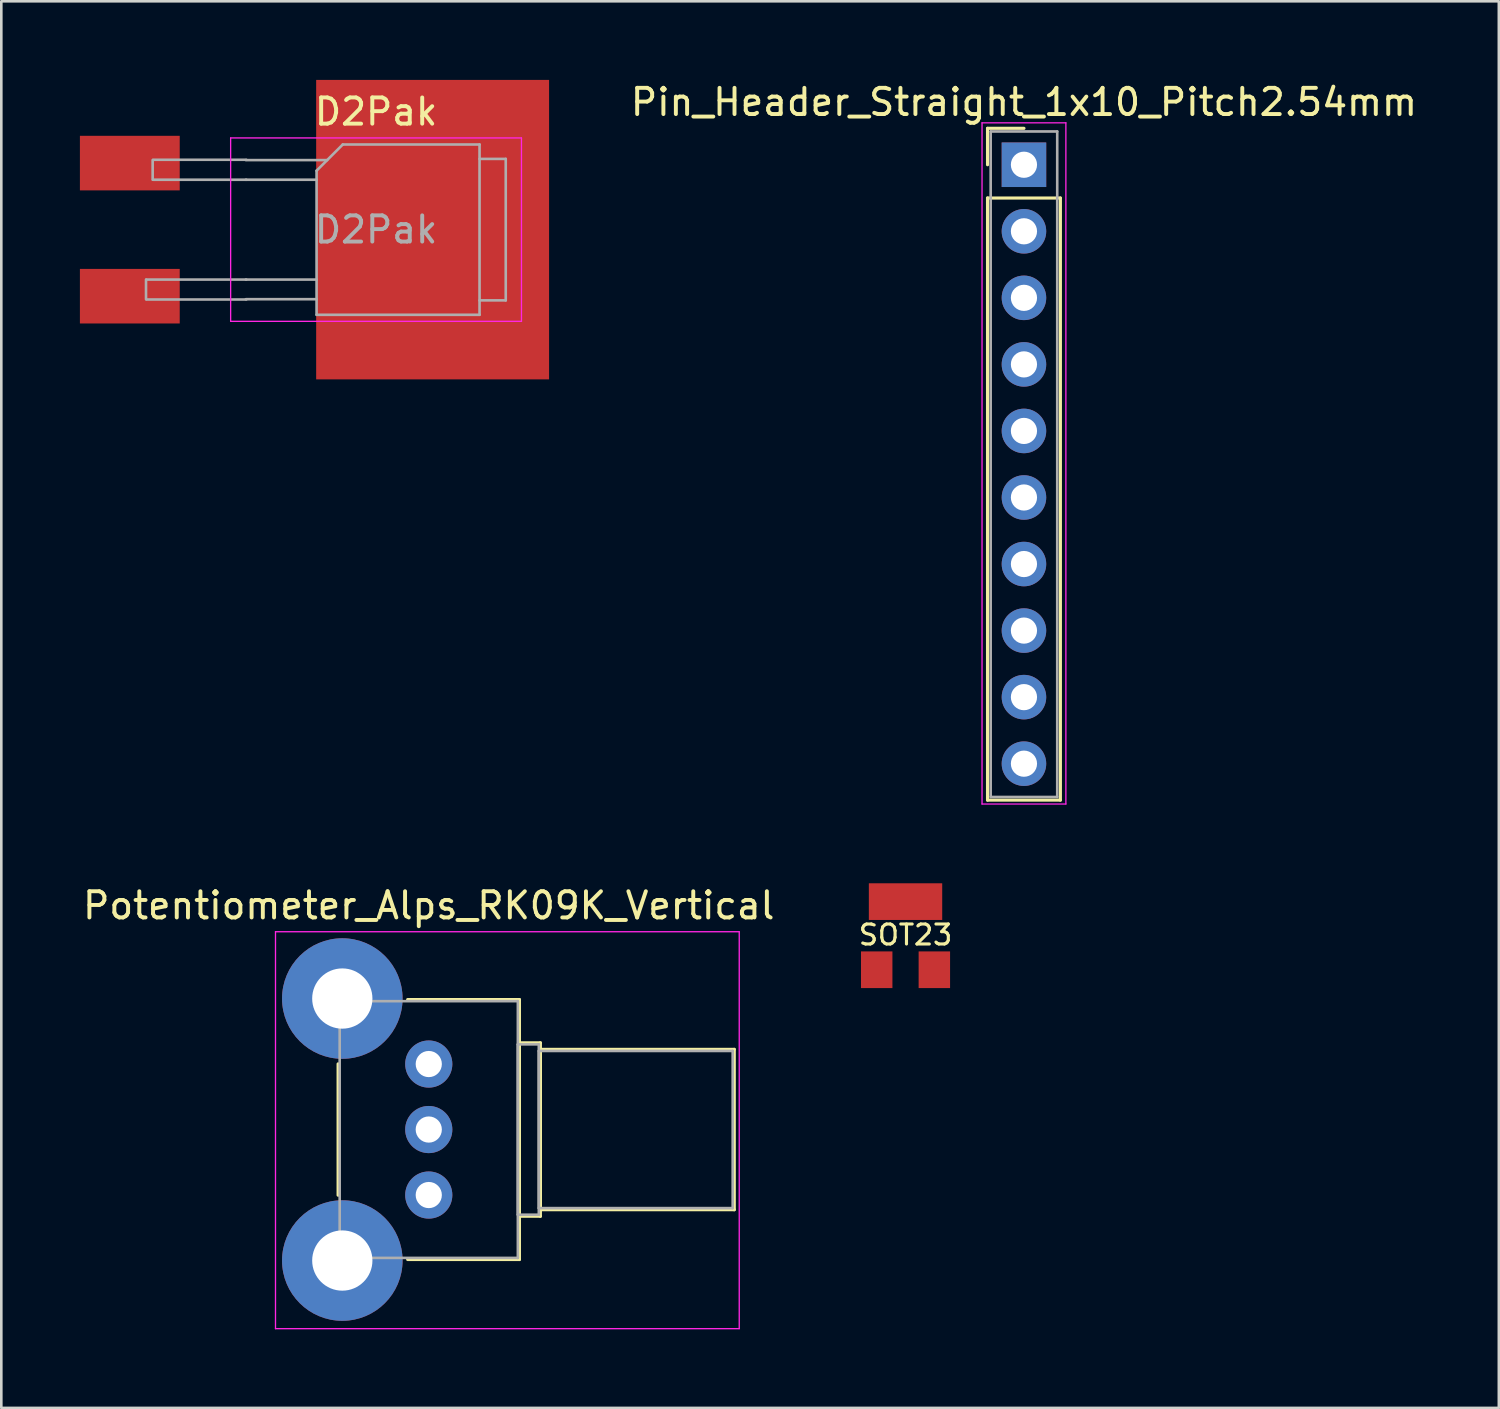
<source format=kicad_pcb>
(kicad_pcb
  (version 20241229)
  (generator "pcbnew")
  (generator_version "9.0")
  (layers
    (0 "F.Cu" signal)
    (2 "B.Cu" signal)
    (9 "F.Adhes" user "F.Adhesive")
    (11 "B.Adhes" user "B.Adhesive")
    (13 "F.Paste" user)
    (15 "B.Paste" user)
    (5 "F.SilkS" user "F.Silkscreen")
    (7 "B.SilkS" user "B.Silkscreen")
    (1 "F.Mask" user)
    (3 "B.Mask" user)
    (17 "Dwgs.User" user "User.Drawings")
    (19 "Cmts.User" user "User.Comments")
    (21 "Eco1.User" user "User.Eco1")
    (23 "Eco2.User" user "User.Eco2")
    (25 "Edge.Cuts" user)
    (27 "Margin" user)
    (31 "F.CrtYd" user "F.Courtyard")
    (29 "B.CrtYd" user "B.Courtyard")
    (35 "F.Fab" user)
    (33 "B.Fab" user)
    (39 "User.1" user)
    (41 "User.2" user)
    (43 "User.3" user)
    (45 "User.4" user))
  (footprint "Potentiometer_Alps_RK09K_Vertical"
    (layer "F.Cu")
    (at 13.315 42.562)
    (property "Reference" "Potentiometer_Alps_RK09K_Vertical" (at 0 -11.05 0) (layer "F.SilkS") (effects (font (size 1 1) (thickness 0.15))))
    (attr through_hole)
    (fp_line (start -3.46 -5.005) (end -3.46 0.005) (stroke (width 0.12) (type solid)) (layer "F.SilkS"))
    (fp_line (start -0.805 -7.461) (end 3.46 -7.461) (stroke (width 0.12) (type solid)) (layer "F.SilkS"))
    (fp_line (start -0.805 2.46) (end 3.46 2.46) (stroke (width 0.12) (type solid)) (layer "F.SilkS"))
    (fp_line (start 3.46 -7.461) (end 3.46 2.46) (stroke (width 0.12) (type solid)) (layer "F.SilkS"))
    (fp_line (start 3.46 -5.81) (end 3.46 0.81) (stroke (width 0.12) (type solid)) (layer "F.SilkS"))
    (fp_line (start 3.46 -5.81) (end 4.26 -5.81) (stroke (width 0.12) (type solid)) (layer "F.SilkS"))
    (fp_line (start 3.46 0.81) (end 4.26 0.81) (stroke (width 0.12) (type solid)) (layer "F.SilkS"))
    (fp_line (start 4.26 -5.81) (end 4.26 0.81) (stroke (width 0.12) (type solid)) (layer "F.SilkS"))
    (fp_line (start 4.26 -5.56) (end 4.26 0.56) (stroke (width 0.12) (type solid)) (layer "F.SilkS"))
    (fp_line (start 4.26 -5.56) (end 11.66 -5.56) (stroke (width 0.12) (type solid)) (layer "F.SilkS"))
    (fp_line (start 4.26 0.56) (end 11.66 0.56) (stroke (width 0.12) (type solid)) (layer "F.SilkS"))
    (fp_line (start 11.66 -5.56) (end 11.66 0.56) (stroke (width 0.12) (type solid)) (layer "F.SilkS"))
    (fp_line (start -5.85 -10.05) (end -5.85 5.1) (stroke (width 0.05) (type solid)) (layer "F.CrtYd"))
    (fp_line (start -5.85 5.1) (end 11.85 5.1) (stroke (width 0.05) (type solid)) (layer "F.CrtYd"))
    (fp_line (start 11.85 -10.05) (end -5.85 -10.05) (stroke (width 0.05) (type solid)) (layer "F.CrtYd"))
    (fp_line (start 11.85 5.1) (end 11.85 -10.05) (stroke (width 0.05) (type solid)) (layer "F.CrtYd"))
    (fp_line (start -3.4 -7.4) (end -3.4 2.4) (stroke (width 0.1) (type solid)) (layer "F.Fab"))
    (fp_line (start -3.4 2.4) (end 3.4 2.4) (stroke (width 0.1) (type solid)) (layer "F.Fab"))
    (fp_line (start 3.4 -7.4) (end -3.4 -7.4) (stroke (width 0.1) (type solid)) (layer "F.Fab"))
    (fp_line (start 3.4 -5.75) (end 3.4 0.75) (stroke (width 0.1) (type solid)) (layer "F.Fab"))
    (fp_line (start 3.4 0.75) (end 4.2 0.75) (stroke (width 0.1) (type solid)) (layer "F.Fab"))
    (fp_line (start 3.4 2.4) (end 3.4 -7.4) (stroke (width 0.1) (type solid)) (layer "F.Fab"))
    (fp_line (start 4.2 -5.75) (end 3.4 -5.75) (stroke (width 0.1) (type solid)) (layer "F.Fab"))
    (fp_line (start 4.2 -5.5) (end 4.2 0.5) (stroke (width 0.1) (type solid)) (layer "F.Fab"))
    (fp_line (start 4.2 0.5) (end 11.6 0.5) (stroke (width 0.1) (type solid)) (layer "F.Fab"))
    (fp_line (start 4.2 0.75) (end 4.2 -5.75) (stroke (width 0.1) (type solid)) (layer "F.Fab"))
    (fp_line (start 11.6 -5.5) (end 4.2 -5.5) (stroke (width 0.1) (type solid)) (layer "F.Fab"))
    (fp_line (start 11.6 0.5) (end 11.6 -5.5) (stroke (width 0.1) (type solid)) (layer "F.Fab"))
    (pad "0" thru_hole circle (at -3.3 -7.5) (size 4.6 4.6) (drill 2.3) (layers "*.Cu" "*.Mask"))
    (pad "0" thru_hole circle (at -3.3 2.5) (size 4.6 4.6) (drill 2.3) (layers "*.Cu" "*.Mask"))
    (pad "1" thru_hole circle (at 0 0) (size 1.8 1.8) (drill 1) (layers "*.Cu" "*.Mask"))
    (pad "2" thru_hole circle (at 0 -2.5) (size 1.8 1.8) (drill 1) (layers "*.Cu" "*.Mask"))
    (pad "3" thru_hole circle (at 0 -5) (size 1.8 1.8) (drill 1) (layers "*.Cu" "*.Mask")))
  (footprint "SOT23"
    (layer "F.Cu")
    (at 31.512 31.363)
    (property "Reference" "SOT23" (at 0 1.27 0) (layer "F.SilkS") (effects (font (size 0.762 0.762) (thickness 0.119))))
    (attr through_hole)
    (pad "1" smd rect (at -1.1 2.6) (size 1.2 1.4) (layers "F.Cu" "F.Mask" "F.Paste"))
    (pad "2" smd rect (at 1.1 2.6) (size 1.2 1.4) (layers "F.Cu" "F.Mask" "F.Paste"))
    (pad "3" smd rect (at 0 0) (size 2.8 1.4) (layers "F.Cu" "F.Mask" "F.Paste")))
  (footprint "Pin_Header_Straight_1x10_Pitch2.54mm"
    (layer "F.Cu")
    (at 36.032 3.238)
    (property "Reference" "Pin_Header_Straight_1x10_Pitch2.54mm" (at 0 -2.39 0) (layer "F.SilkS") (effects (font (size 1 1) (thickness 0.15))))
    (attr through_hole)
    (fp_line (start -1.39 -1.39) (end 0 -1.39) (stroke (width 0.12) (type solid)) (layer "F.SilkS"))
    (fp_line (start -1.39 0) (end -1.39 -1.39) (stroke (width 0.12) (type solid)) (layer "F.SilkS"))
    (fp_line (start -1.39 1.27) (end -1.39 24.25) (stroke (width 0.12) (type solid)) (layer "F.SilkS"))
    (fp_line (start -1.39 24.25) (end 1.39 24.25) (stroke (width 0.12) (type solid)) (layer "F.SilkS"))
    (fp_line (start 1.39 1.27) (end -1.39 1.27) (stroke (width 0.12) (type solid)) (layer "F.SilkS"))
    (fp_line (start 1.39 24.25) (end 1.39 1.27) (stroke (width 0.12) (type solid)) (layer "F.SilkS"))
    (fp_line (start -1.6 -1.6) (end -1.6 24.4) (stroke (width 0.05) (type solid)) (layer "F.CrtYd"))
    (fp_line (start -1.6 24.4) (end 1.6 24.4) (stroke (width 0.05) (type solid)) (layer "F.CrtYd"))
    (fp_line (start 1.6 -1.6) (end -1.6 -1.6) (stroke (width 0.05) (type solid)) (layer "F.CrtYd"))
    (fp_line (start 1.6 24.4) (end 1.6 -1.6) (stroke (width 0.05) (type solid)) (layer "F.CrtYd"))
    (fp_line (start -1.27 -1.27) (end -1.27 24.13) (stroke (width 0.1) (type solid)) (layer "F.Fab"))
    (fp_line (start -1.27 24.13) (end 1.27 24.13) (stroke (width 0.1) (type solid)) (layer "F.Fab"))
    (fp_line (start 1.27 -1.27) (end -1.27 -1.27) (stroke (width 0.1) (type solid)) (layer "F.Fab"))
    (fp_line (start 1.27 24.13) (end 1.27 -1.27) (stroke (width 0.1) (type solid)) (layer "F.Fab"))
    (pad "1" thru_hole rect (at 0 0) (size 1.7 1.7) (drill 1) (layers "*.Cu" "*.Mask"))
    (pad "2" thru_hole oval (at 0 2.54) (size 1.7 1.7) (drill 1) (layers "*.Cu" "*.Mask"))
    (pad "3" thru_hole oval (at 0 5.08) (size 1.7 1.7) (drill 1) (layers "*.Cu" "*.Mask"))
    (pad "4" thru_hole oval (at 0 7.62) (size 1.7 1.7) (drill 1) (layers "*.Cu" "*.Mask"))
    (pad "5" thru_hole oval (at 0 10.16) (size 1.7 1.7) (drill 1) (layers "*.Cu" "*.Mask"))
    (pad "6" thru_hole oval (at 0 12.7) (size 1.7 1.7) (drill 1) (layers "*.Cu" "*.Mask"))
    (pad "7" thru_hole oval (at 0 15.24) (size 1.7 1.7) (drill 1) (layers "*.Cu" "*.Mask"))
    (pad "8" thru_hole oval (at 0 17.78) (size 1.7 1.7) (drill 1) (layers "*.Cu" "*.Mask"))
    (pad "9" thru_hole oval (at 0 20.32) (size 1.7 1.7) (drill 1) (layers "*.Cu" "*.Mask"))
    (pad "10" thru_hole oval (at 0 22.86) (size 1.7 1.7) (drill 1) (layers "*.Cu" "*.Mask")))
  (footprint "D2Pak"
    (layer "F.Cu")
    (at 11.303 5.715)
    (property "Reference" "D2Pak" (at 0 -4.5 0) (layer "F.SilkS") (effects (font (size 1 1) (thickness 0.15))))
    (attr smd)
    (fp_line (start -5.55 -3.5) (end -5.55 3.5) (stroke (width 0.05) (type solid)) (layer "F.CrtYd"))
    (fp_line (start -5.55 3.5) (end 5.55 3.5) (stroke (width 0.05) (type solid)) (layer "F.CrtYd"))
    (fp_line (start 5.55 -3.5) (end -5.55 -3.5) (stroke (width 0.05) (type solid)) (layer "F.CrtYd"))
    (fp_line (start 5.55 3.5) (end 5.55 -3.5) (stroke (width 0.05) (type solid)) (layer "F.CrtYd"))
    (fp_line (start -8.78 1.905) (end -8.78 2.655) (stroke (width 0.1) (type solid)) (layer "F.Fab"))
    (fp_line (start -8.526 -2.655) (end -8.526 -1.905) (stroke (width 0.1) (type solid)) (layer "F.Fab"))
    (fp_line (start -4.97 -1.905) (end -2.27 -1.905) (stroke (width 0.1) (type solid)) (layer "F.Fab"))
    (fp_line (start -4.97 2.655) (end -2.27 2.655) (stroke (width 0.1) (type solid)) (layer "F.Fab"))
    (fp_line (start -4.953 -2.667) (end -8.509 -2.667) (stroke (width 0.1) (type solid)) (layer "F.Fab"))
    (fp_line (start -4.953 -1.905) (end -8.509 -1.905) (stroke (width 0.1) (type solid)) (layer "F.Fab"))
    (fp_line (start -4.953 1.905) (end -8.763 1.905) (stroke (width 0.1) (type solid)) (layer "F.Fab"))
    (fp_line (start -4.953 2.667) (end -8.763 2.667) (stroke (width 0.1) (type solid)) (layer "F.Fab"))
    (fp_line (start -2.27 -2.25) (end -1.27 -3.25) (stroke (width 0.1) (type solid)) (layer "F.Fab"))
    (fp_line (start -2.27 1.905) (end -4.97 1.905) (stroke (width 0.1) (type solid)) (layer "F.Fab"))
    (fp_line (start -2.27 3.25) (end -2.27 -2.25) (stroke (width 0.1) (type solid)) (layer "F.Fab"))
    (fp_line (start -1.865 -2.655) (end -4.97 -2.655) (stroke (width 0.1) (type solid)) (layer "F.Fab"))
    (fp_line (start -1.27 -3.25) (end 3.95 -3.25) (stroke (width 0.1) (type solid)) (layer "F.Fab"))
    (fp_line (start 3.95 -3.25) (end 3.95 3.25) (stroke (width 0.1) (type solid)) (layer "F.Fab"))
    (fp_line (start 3.95 -2.7) (end 4.95 -2.7) (stroke (width 0.1) (type solid)) (layer "F.Fab"))
    (fp_line (start 3.95 3.25) (end -2.27 3.25) (stroke (width 0.1) (type solid)) (layer "F.Fab"))
    (fp_line (start 4.95 -2.7) (end 4.95 2.7) (stroke (width 0.1) (type solid)) (layer "F.Fab"))
    (fp_line (start 4.95 2.7) (end 3.95 2.7) (stroke (width 0.1) (type solid)) (layer "F.Fab"))
    (fp_text user "${REFERENCE}" (at 0 0 0) (layer "F.Fab") (effects (font (size 1 1) (thickness 0.15))))
    (pad "1" smd rect (at -9.398 -2.54) (size 3.81 2.083) (layers "F.Cu" "F.Mask" "F.Paste"))
    (pad "2" smd rect (at 0.425 -1.525) (size 3.05 2.75) (layers "F.Cu" "F.Paste"))
    (pad "2" smd rect (at 0.425 1.525) (size 3.05 2.75) (layers "F.Cu" "F.Paste"))
    (pad "2" smd rect (at 2.159 0) (size 8.89 11.43) (layers "F.Cu" "F.Mask"))
    (pad "2" smd rect (at 3.775 -1.525) (size 3.05 2.75) (layers "F.Cu" "F.Paste"))
    (pad "2" smd rect (at 3.775 1.525) (size 3.05 2.75) (layers "F.Cu" "F.Paste"))
    (pad "3" smd rect (at -9.398 2.54) (size 3.81 2.083) (layers "F.Cu" "F.Mask" "F.Paste")))
  (gr_rect
    (start -3 -3)
    (end 54.157 50.687)
    (stroke (width 0.1) (type default))
    (fill no)
    (layer "Edge.Cuts")))
</source>
